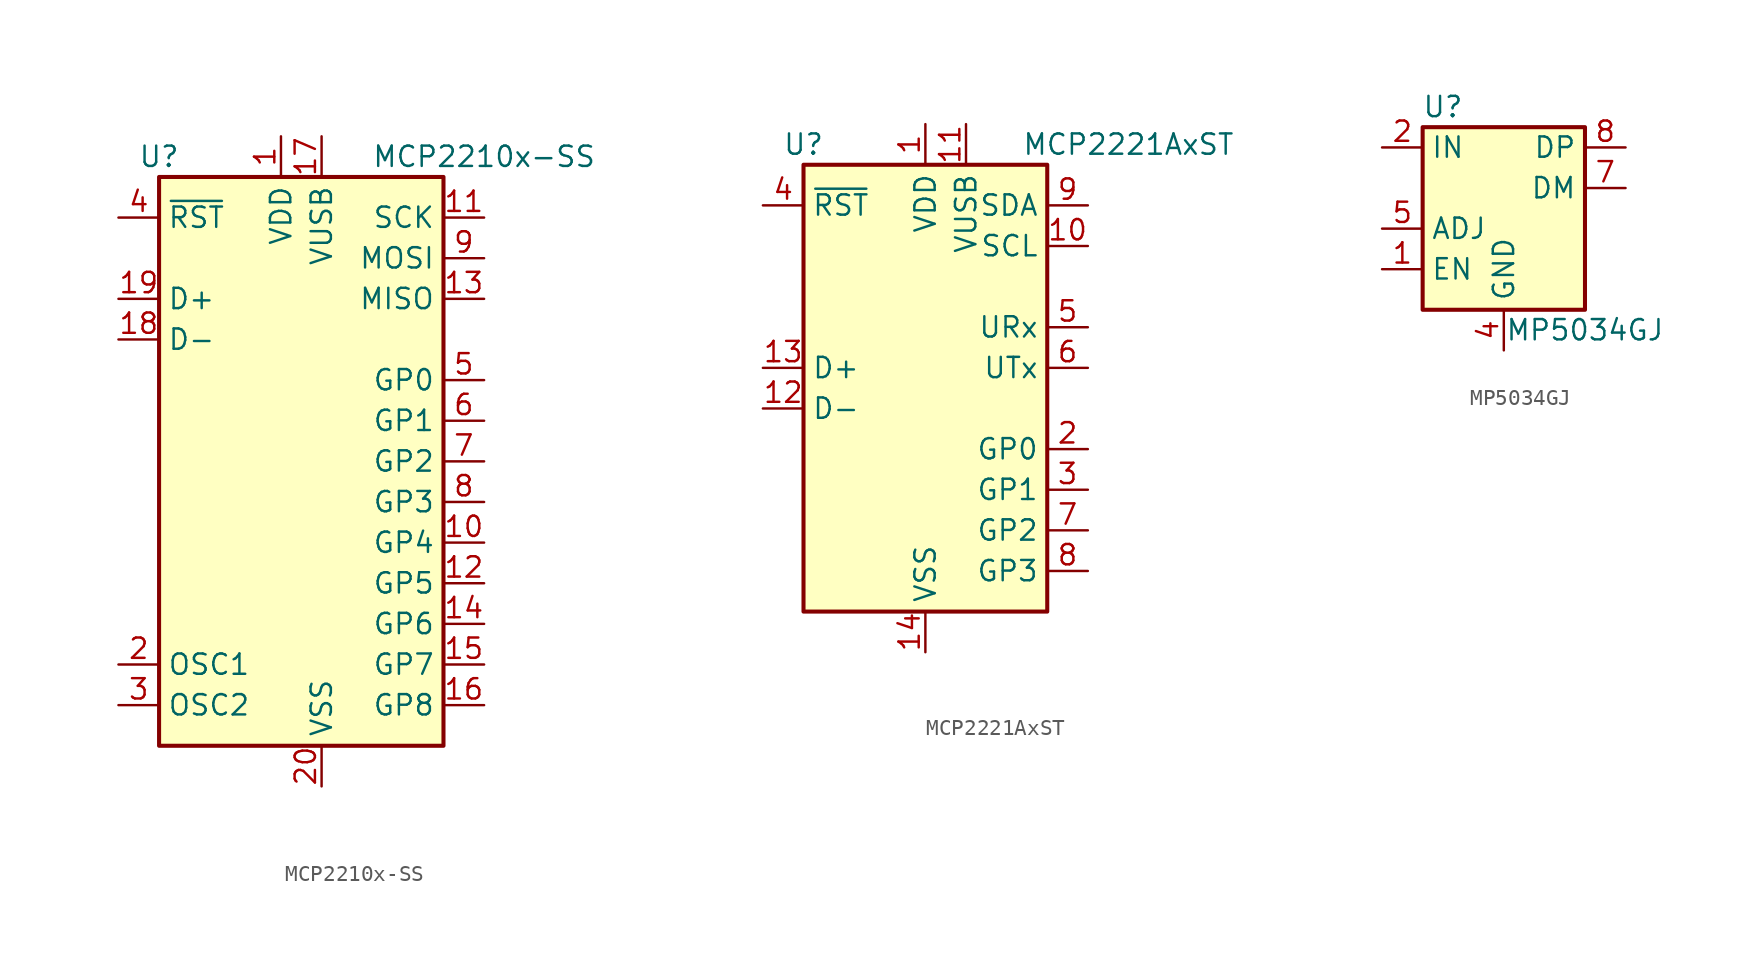
<source format=kicad_sym>
(kicad_symbol_lib
  (version 20241209)
  (generator "kicad_symbol_editor")
  (generator_version "9.0")
  (symbol "MCP2210x-SS"
    (property "Reference" "U"
      (at -10.16 19.05 0)
      (effects (font (size 1.27 1.27))))
    (property "Value" "MCP2210x-SS"
      (at 10.16 19.05 0)
      (effects (font (size 1.27 1.27))))
    (symbol "MCP2210x-SS_0_1"
      (rectangle (start -10.16 17.78) (end 7.62 -17.78) (stroke (width 0.254) (type default)) (fill (type background))))
    (symbol "MCP2210x-SS_1_1"
      (pin input line (at -12.7 15.24 0) (length 2.54) (name "~{RST}" (effects (font (size 1.27 1.27)))) (number "4" (effects (font (size 1.27 1.27)))))
      (pin bidirectional line (at -12.7 10.16 0) (length 2.54) (name "D+" (effects (font (size 1.27 1.27)))) (number "19" (effects (font (size 1.27 1.27)))))
      (pin bidirectional line (at -12.7 7.62 0) (length 2.54) (name "D-" (effects (font (size 1.27 1.27)))) (number "18" (effects (font (size 1.27 1.27)))))
      (pin input line (at -12.7 -12.7 0) (length 2.54) (name "OSC1" (effects (font (size 1.27 1.27)))) (number "2" (effects (font (size 1.27 1.27)))))
      (pin output line (at -12.7 -15.24 0) (length 2.54) (name "OSC2" (effects (font (size 1.27 1.27)))) (number "3" (effects (font (size 1.27 1.27)))))
      (pin power_in line (at -2.54 20.32 270) (length 2.54) (name "VDD" (effects (font (size 1.27 1.27)))) (number "1" (effects (font (size 1.27 1.27)))))
      (pin passive line (at 0 20.32 270) (length 2.54) (name "VUSB" (effects (font (size 1.27 1.27)))) (number "17" (effects (font (size 1.27 1.27)))))
      (pin power_in line (at 0 -20.32 90) (length 2.54) (name "VSS" (effects (font (size 1.27 1.27)))) (number "20" (effects (font (size 1.27 1.27)))))
      (pin output line (at 10.16 15.24 180) (length 2.54) (name "SCK" (effects (font (size 1.27 1.27)))) (number "11" (effects (font (size 1.27 1.27)))))
      (pin output line (at 10.16 12.7 180) (length 2.54) (name "MOSI" (effects (font (size 1.27 1.27)))) (number "9" (effects (font (size 1.27 1.27)))))
      (pin input line (at 10.16 10.16 180) (length 2.54) (name "MISO" (effects (font (size 1.27 1.27)))) (number "13" (effects (font (size 1.27 1.27)))))
      (pin bidirectional line (at 10.16 5.08 180) (length 2.54) (name "GP0" (effects (font (size 1.27 1.27)))) (number "5" (effects (font (size 1.27 1.27)))))
      (pin bidirectional line (at 10.16 2.54 180) (length 2.54) (name "GP1" (effects (font (size 1.27 1.27)))) (number "6" (effects (font (size 1.27 1.27)))))
      (pin bidirectional line (at 10.16 0 180) (length 2.54) (name "GP2" (effects (font (size 1.27 1.27)))) (number "7" (effects (font (size 1.27 1.27)))))
      (pin bidirectional line (at 10.16 -2.54 180) (length 2.54) (name "GP3" (effects (font (size 1.27 1.27)))) (number "8" (effects (font (size 1.27 1.27)))))
      (pin bidirectional line (at 10.16 -5.08 180) (length 2.54) (name "GP4" (effects (font (size 1.27 1.27)))) (number "10" (effects (font (size 1.27 1.27)))))
      (pin bidirectional line (at 10.16 -7.62 180) (length 2.54) (name "GP5" (effects (font (size 1.27 1.27)))) (number "12" (effects (font (size 1.27 1.27)))))
      (pin bidirectional line (at 10.16 -10.16 180) (length 2.54) (name "GP6" (effects (font (size 1.27 1.27)))) (number "14" (effects (font (size 1.27 1.27)))))
      (pin bidirectional line (at 10.16 -12.7 180) (length 2.54) (name "GP7" (effects (font (size 1.27 1.27)))) (number "15" (effects (font (size 1.27 1.27)))))
      (pin bidirectional line (at 10.16 -15.24 180) (length 2.54) (name "GP8" (effects (font (size 1.27 1.27)))) (number "16" (effects (font (size 1.27 1.27)))))))
  (symbol "MCP2221AxST"
    (property "Reference" "U"
      (at -7.62 16.51 0)
      (effects (font (size 1.27 1.27))))
    (property "Value" "MCP2221AxST"
      (at 12.7 16.51 0)
      (effects (font (size 1.27 1.27))))
    (symbol "MCP2221AxST_0_1"
      (rectangle (start -7.62 15.24) (end 7.62 -12.7) (stroke (width 0.254) (type default)) (fill (type background))))
    (symbol "MCP2221AxST_1_1"
      (pin input line (at -10.16 12.7 0) (length 2.54) (name "~{RST}" (effects (font (size 1.27 1.27)))) (number "4" (effects (font (size 1.27 1.27)))))
      (pin bidirectional line (at -10.16 2.54 0) (length 2.54) (name "D+" (effects (font (size 1.27 1.27)))) (number "13" (effects (font (size 1.27 1.27)))))
      (pin bidirectional line (at -10.16 0 0) (length 2.54) (name "D-" (effects (font (size 1.27 1.27)))) (number "12" (effects (font (size 1.27 1.27)))))
      (pin power_in line (at 0 17.78 270) (length 2.54) (name "VDD" (effects (font (size 1.27 1.27)))) (number "1" (effects (font (size 1.27 1.27)))))
      (pin power_in line (at 0 -15.24 90) (length 2.54) (name "VSS" (effects (font (size 1.27 1.27)))) (number "14" (effects (font (size 1.27 1.27)))))
      (pin passive line (at 2.54 17.78 270) (length 2.54) (name "VUSB" (effects (font (size 1.27 1.27)))) (number "11" (effects (font (size 1.27 1.27)))))
      (pin bidirectional line (at 10.16 12.7 180) (length 2.54) (name "SDA" (effects (font (size 1.27 1.27)))) (number "9" (effects (font (size 1.27 1.27)))))
      (pin bidirectional line (at 10.16 10.16 180) (length 2.54) (name "SCL" (effects (font (size 1.27 1.27)))) (number "10" (effects (font (size 1.27 1.27)))))
      (pin input line (at 10.16 5.08 180) (length 2.54) (name "URx" (effects (font (size 1.27 1.27)))) (number "5" (effects (font (size 1.27 1.27)))))
      (pin output line (at 10.16 2.54 180) (length 2.54) (name "UTx" (effects (font (size 1.27 1.27)))) (number "6" (effects (font (size 1.27 1.27)))))
      (pin bidirectional line (at 10.16 -2.54 180) (length 2.54) (name "GP0" (effects (font (size 1.27 1.27)))) (number "2" (effects (font (size 1.27 1.27)))))
      (pin bidirectional line (at 10.16 -5.08 180) (length 2.54) (name "GP1" (effects (font (size 1.27 1.27)))) (number "3" (effects (font (size 1.27 1.27)))))
      (pin bidirectional line (at 10.16 -7.62 180) (length 2.54) (name "GP2" (effects (font (size 1.27 1.27)))) (number "7" (effects (font (size 1.27 1.27)))))
      (pin bidirectional line (at 10.16 -10.16 180) (length 2.54) (name "GP3" (effects (font (size 1.27 1.27)))) (number "8" (effects (font (size 1.27 1.27)))))))
  (symbol "MP5034GJ"
    (property "Reference" "U"
      (at -3.81 7.62 0)
      (effects (font (size 1.27 1.27))))
    (property "Value" "MP5034GJ"
      (at 5.08 -6.35 0)
      (effects (font (size 1.27 1.27))))
    (symbol "MP5034GJ_0_1"
      (rectangle (start -5.08 6.35) (end 5.08 -5.08) (stroke (width 0.254) (type default)) (fill (type background))))
    (symbol "MP5034GJ_1_1"
      (pin power_in line (at -7.62 5.08 0) (length 2.54) (name "IN" (effects (font (size 1.27 1.27)))) (number "2" (effects (font (size 1.27 1.27)))))
      (pin passive line (at -7.62 5.08 0) (length 2.54) (hide yes) (name "IN" (effects (font (size 1.27 1.27)))) (number "3" (effects (font (size 1.27 1.27)))))
      (pin passive line (at -7.62 0 0) (length 2.54) (name "ADJ" (effects (font (size 1.27 1.27)))) (number "5" (effects (font (size 1.27 1.27)))))
      (pin input line (at -7.62 -2.54 0) (length 2.54) (name "EN" (effects (font (size 1.27 1.27)))) (number "1" (effects (font (size 1.27 1.27)))))
      (pin power_in line (at 0 -7.62 90) (length 2.54) (name "GND" (effects (font (size 1.27 1.27)))) (number "4" (effects (font (size 1.27 1.27)))))
      (pin no_connect line (at 5.08 -2.54 180) (length 2.54) (hide yes) (name "NC" (effects (font (size 1.27 1.27)))) (number "6" (effects (font (size 1.27 1.27)))))
      (pin input line (at 7.62 5.08 180) (length 2.54) (name "DP" (effects (font (size 1.27 1.27)))) (number "8" (effects (font (size 1.27 1.27)))))
      (pin input line (at 7.62 2.54 180) (length 2.54) (name "DM" (effects (font (size 1.27 1.27)))) (number "7" (effects (font (size 1.27 1.27))))))))
</source>
